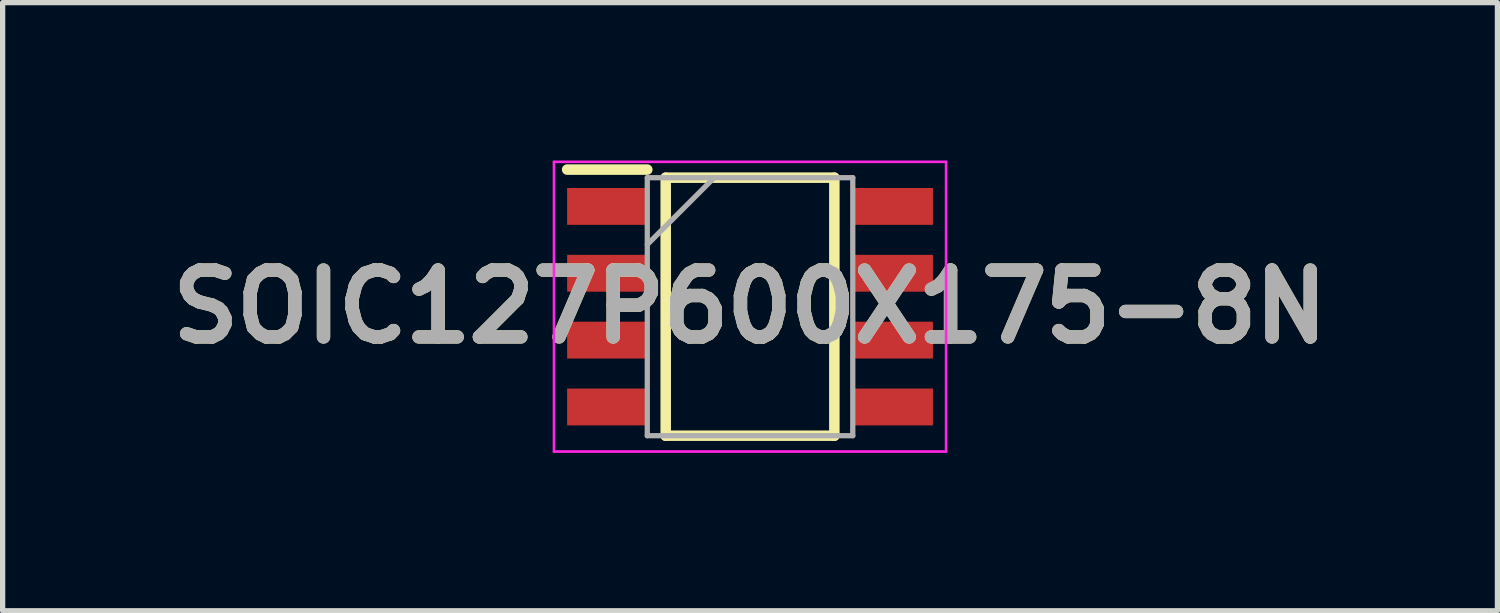
<source format=kicad_pcb>
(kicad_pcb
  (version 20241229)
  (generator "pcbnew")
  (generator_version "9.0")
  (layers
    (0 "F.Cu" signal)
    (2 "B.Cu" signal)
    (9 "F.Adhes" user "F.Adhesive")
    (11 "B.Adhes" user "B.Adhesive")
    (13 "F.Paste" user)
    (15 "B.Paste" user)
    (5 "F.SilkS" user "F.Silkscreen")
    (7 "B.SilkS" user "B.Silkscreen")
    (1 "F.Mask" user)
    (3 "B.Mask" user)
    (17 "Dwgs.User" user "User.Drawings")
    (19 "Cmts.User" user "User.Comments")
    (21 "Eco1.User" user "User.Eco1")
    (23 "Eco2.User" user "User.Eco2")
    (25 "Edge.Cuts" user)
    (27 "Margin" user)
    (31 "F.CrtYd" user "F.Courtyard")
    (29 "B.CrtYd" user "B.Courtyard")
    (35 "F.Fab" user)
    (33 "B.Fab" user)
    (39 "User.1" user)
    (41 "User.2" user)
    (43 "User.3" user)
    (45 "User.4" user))
  (footprint "SOIC127P600X175-8N"
    (layer "F.Cu")
    (at 11.2 2.777)
    (property "Reference" "SOIC127P600X175-8N" (at 0 0 0) (layer "F.SilkS") (effects (font (size 1.27 1.27) (thickness 0.254))))
    (attr smd)
    (fp_line (start -3.475 -2.605) (end -1.952 -2.605) (stroke (width 0.2) (type solid)) (layer "F.SilkS"))
    (fp_line (start -1.602 -2.451) (end 1.602 -2.451) (stroke (width 0.2) (type solid)) (layer "F.SilkS"))
    (fp_line (start -1.602 2.451) (end -1.602 -2.451) (stroke (width 0.2) (type solid)) (layer "F.SilkS"))
    (fp_line (start 1.602 -2.451) (end 1.602 2.451) (stroke (width 0.2) (type solid)) (layer "F.SilkS"))
    (fp_line (start 1.602 2.451) (end -1.602 2.451) (stroke (width 0.2) (type solid)) (layer "F.SilkS"))
    (fp_line (start -3.725 -2.752) (end 3.725 -2.752) (stroke (width 0.05) (type solid)) (layer "F.CrtYd"))
    (fp_line (start -3.725 2.752) (end -3.725 -2.752) (stroke (width 0.05) (type solid)) (layer "F.CrtYd"))
    (fp_line (start 3.725 -2.752) (end 3.725 2.752) (stroke (width 0.05) (type solid)) (layer "F.CrtYd"))
    (fp_line (start 3.725 2.752) (end -3.725 2.752) (stroke (width 0.05) (type solid)) (layer "F.CrtYd"))
    (fp_line (start -1.952 -2.451) (end 1.952 -2.451) (stroke (width 0.1) (type solid)) (layer "F.Fab"))
    (fp_line (start -1.952 -1.181) (end -0.682 -2.451) (stroke (width 0.1) (type solid)) (layer "F.Fab"))
    (fp_line (start -1.952 2.451) (end -1.952 -2.451) (stroke (width 0.1) (type solid)) (layer "F.Fab"))
    (fp_line (start 1.952 -2.451) (end 1.952 2.451) (stroke (width 0.1) (type solid)) (layer "F.Fab"))
    (fp_line (start 1.952 2.451) (end -1.952 2.451) (stroke (width 0.1) (type solid)) (layer "F.Fab"))
    (fp_text user "${REFERENCE}" (at 0 0 0) (layer "F.Fab") (effects (font (size 1.27 1.27) (thickness 0.254))))
    (pad "1" smd rect (at -2.714 -1.905 90) (size 0.7 1.522) (layers "F.Cu" "F.Mask" "F.Paste"))
    (pad "2" smd rect (at -2.714 -0.635 90) (size 0.7 1.522) (layers "F.Cu" "F.Mask" "F.Paste"))
    (pad "3" smd rect (at -2.714 0.635 90) (size 0.7 1.522) (layers "F.Cu" "F.Mask" "F.Paste"))
    (pad "4" smd rect (at -2.714 1.905 90) (size 0.7 1.522) (layers "F.Cu" "F.Mask" "F.Paste"))
    (pad "5" smd rect (at 2.714 1.905 90) (size 0.7 1.522) (layers "F.Cu" "F.Mask" "F.Paste"))
    (pad "6" smd rect (at 2.714 0.635 90) (size 0.7 1.522) (layers "F.Cu" "F.Mask" "F.Paste"))
    (pad "7" smd rect (at 2.714 -0.635 90) (size 0.7 1.522) (layers "F.Cu" "F.Mask" "F.Paste"))
    (pad "8" smd rect (at 2.714 -1.905 90) (size 0.7 1.522) (layers "F.Cu" "F.Mask" "F.Paste")))
  (gr_rect
    (start -3 -3)
    (end 25.4 8.554)
    (stroke (width 0.1) (type default))
    (fill no)
    (layer "Edge.Cuts")))
</source>
